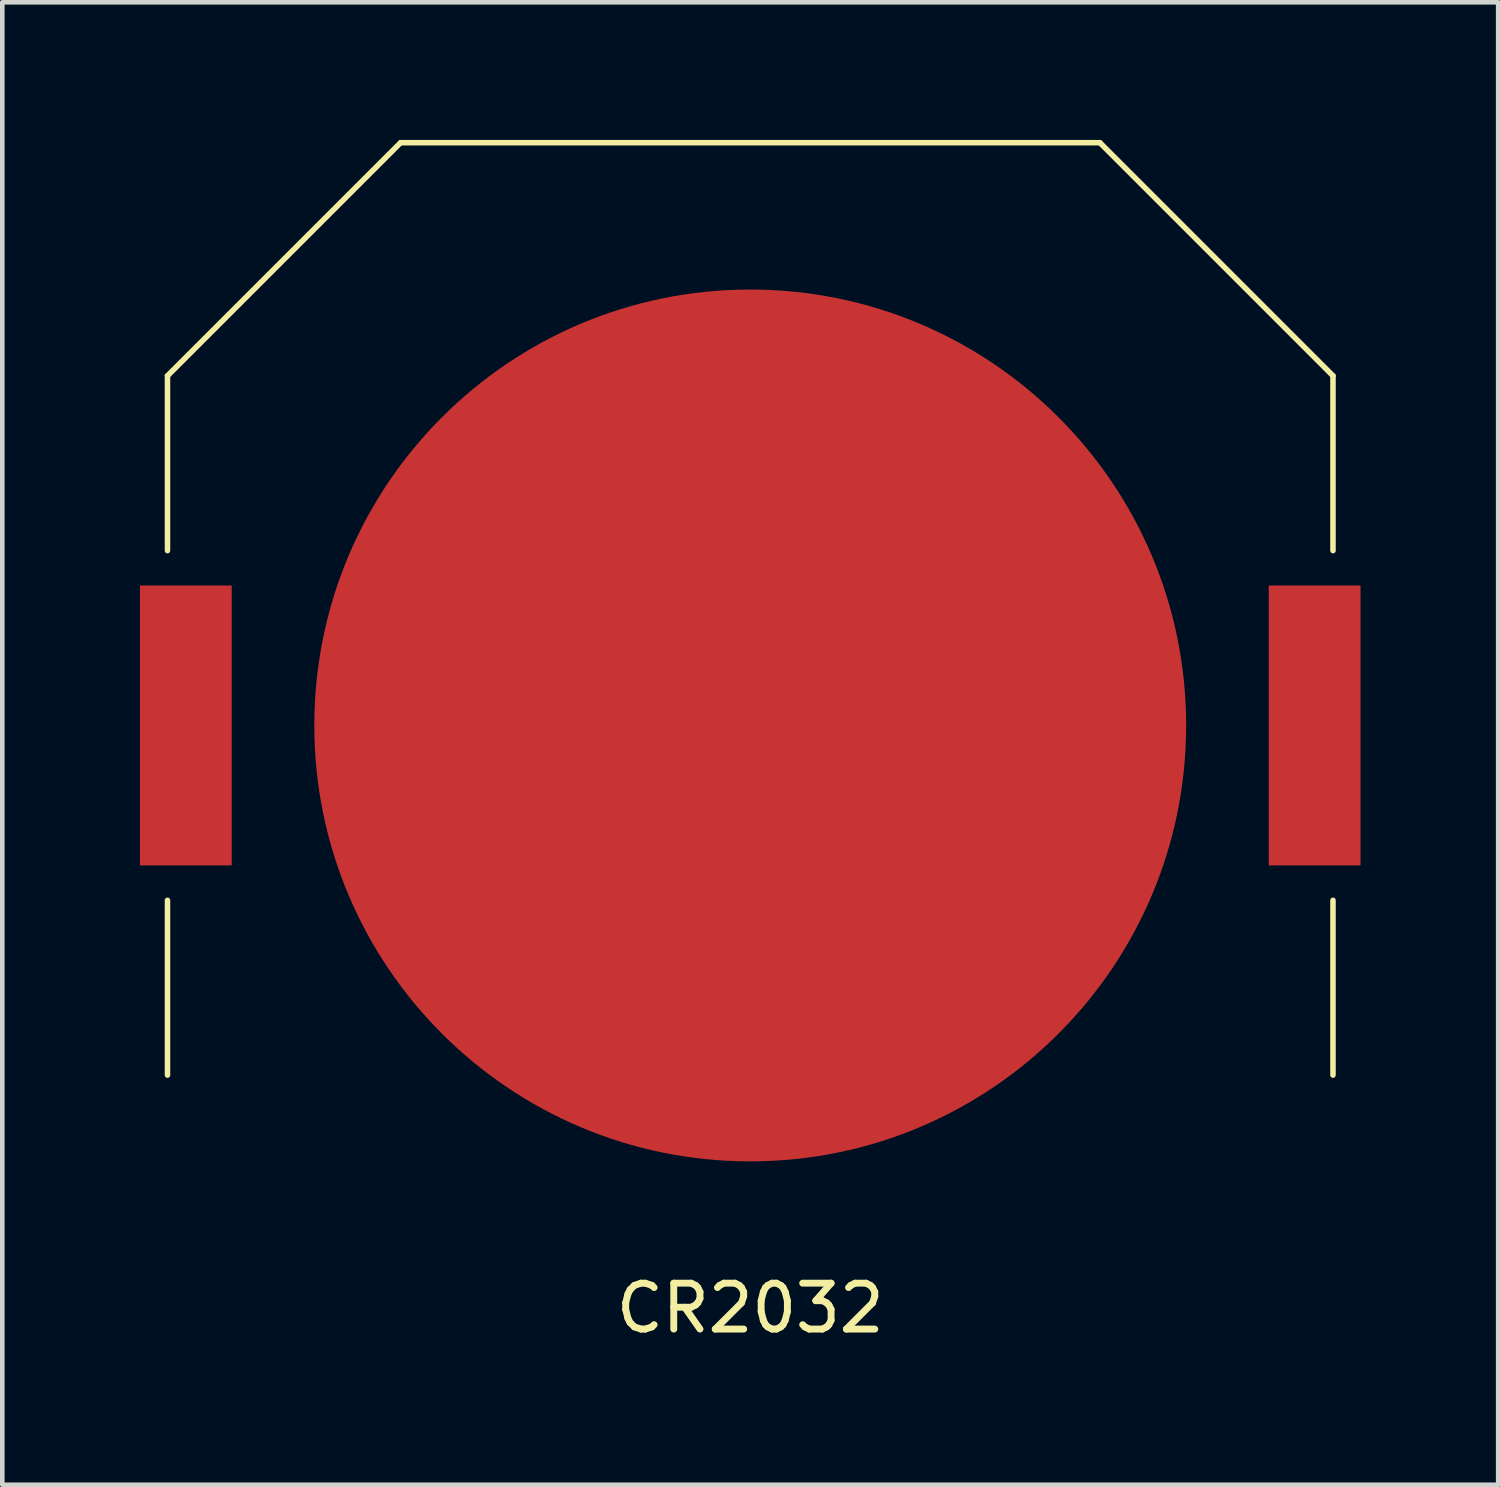
<source format=kicad_pcb>
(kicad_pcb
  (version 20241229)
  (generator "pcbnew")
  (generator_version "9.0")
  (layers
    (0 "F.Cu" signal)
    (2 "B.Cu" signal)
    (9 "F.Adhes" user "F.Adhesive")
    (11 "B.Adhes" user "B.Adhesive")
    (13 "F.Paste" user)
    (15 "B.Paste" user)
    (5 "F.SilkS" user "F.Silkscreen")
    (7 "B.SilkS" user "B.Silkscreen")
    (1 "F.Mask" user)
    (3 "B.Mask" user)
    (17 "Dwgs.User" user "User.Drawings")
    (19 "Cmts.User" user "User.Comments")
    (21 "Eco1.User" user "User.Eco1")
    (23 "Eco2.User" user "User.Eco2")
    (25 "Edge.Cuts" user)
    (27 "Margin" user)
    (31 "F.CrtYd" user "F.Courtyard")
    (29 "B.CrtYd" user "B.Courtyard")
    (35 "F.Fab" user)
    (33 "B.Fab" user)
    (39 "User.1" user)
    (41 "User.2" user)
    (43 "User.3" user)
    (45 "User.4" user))
  (footprint "CR2032"
    (layer "F.Cu")
    (at 13.3 12.76)
    (property "Reference" "CR2032" (at 0 12.7 0) (layer "F.SilkS") (effects (font (size 1 1) (thickness 0.15))))
    (attr through_hole)
    (fp_line (start -12.7 -7.62) (end -7.62 -12.7) (stroke (width 0.12) (type solid)) (layer "F.SilkS"))
    (fp_line (start -12.7 -3.81) (end -12.7 -7.62) (stroke (width 0.12) (type solid)) (layer "F.SilkS"))
    (fp_line (start -12.7 3.81) (end -12.7 7.62) (stroke (width 0.12) (type solid)) (layer "F.SilkS"))
    (fp_line (start -7.62 -12.7) (end 7.62 -12.7) (stroke (width 0.12) (type solid)) (layer "F.SilkS"))
    (fp_line (start 7.62 -12.7) (end 12.7 -7.62) (stroke (width 0.12) (type solid)) (layer "F.SilkS"))
    (fp_line (start 12.7 -7.62) (end 12.7 -3.81) (stroke (width 0.12) (type solid)) (layer "F.SilkS"))
    (fp_line (start 12.7 3.81) (end 12.7 7.62) (stroke (width 0.12) (type solid)) (layer "F.SilkS"))
    (pad "1" smd rect (at -12.3 0) (size 2 6.1) (layers "F.Cu" "F.Mask" "F.Paste"))
    (pad "1" smd rect (at 12.3 0) (size 2 6.1) (layers "F.Cu" "F.Mask" "F.Paste"))
    (pad "2" smd circle (at 0 0) (size 19 19) (layers "F.Cu" "F.Mask" "F.Paste")))
  (gr_rect
    (start -3 -3)
    (end 29.6 29.308)
    (stroke (width 0.1) (type default))
    (fill no)
    (layer "Edge.Cuts")))
</source>
